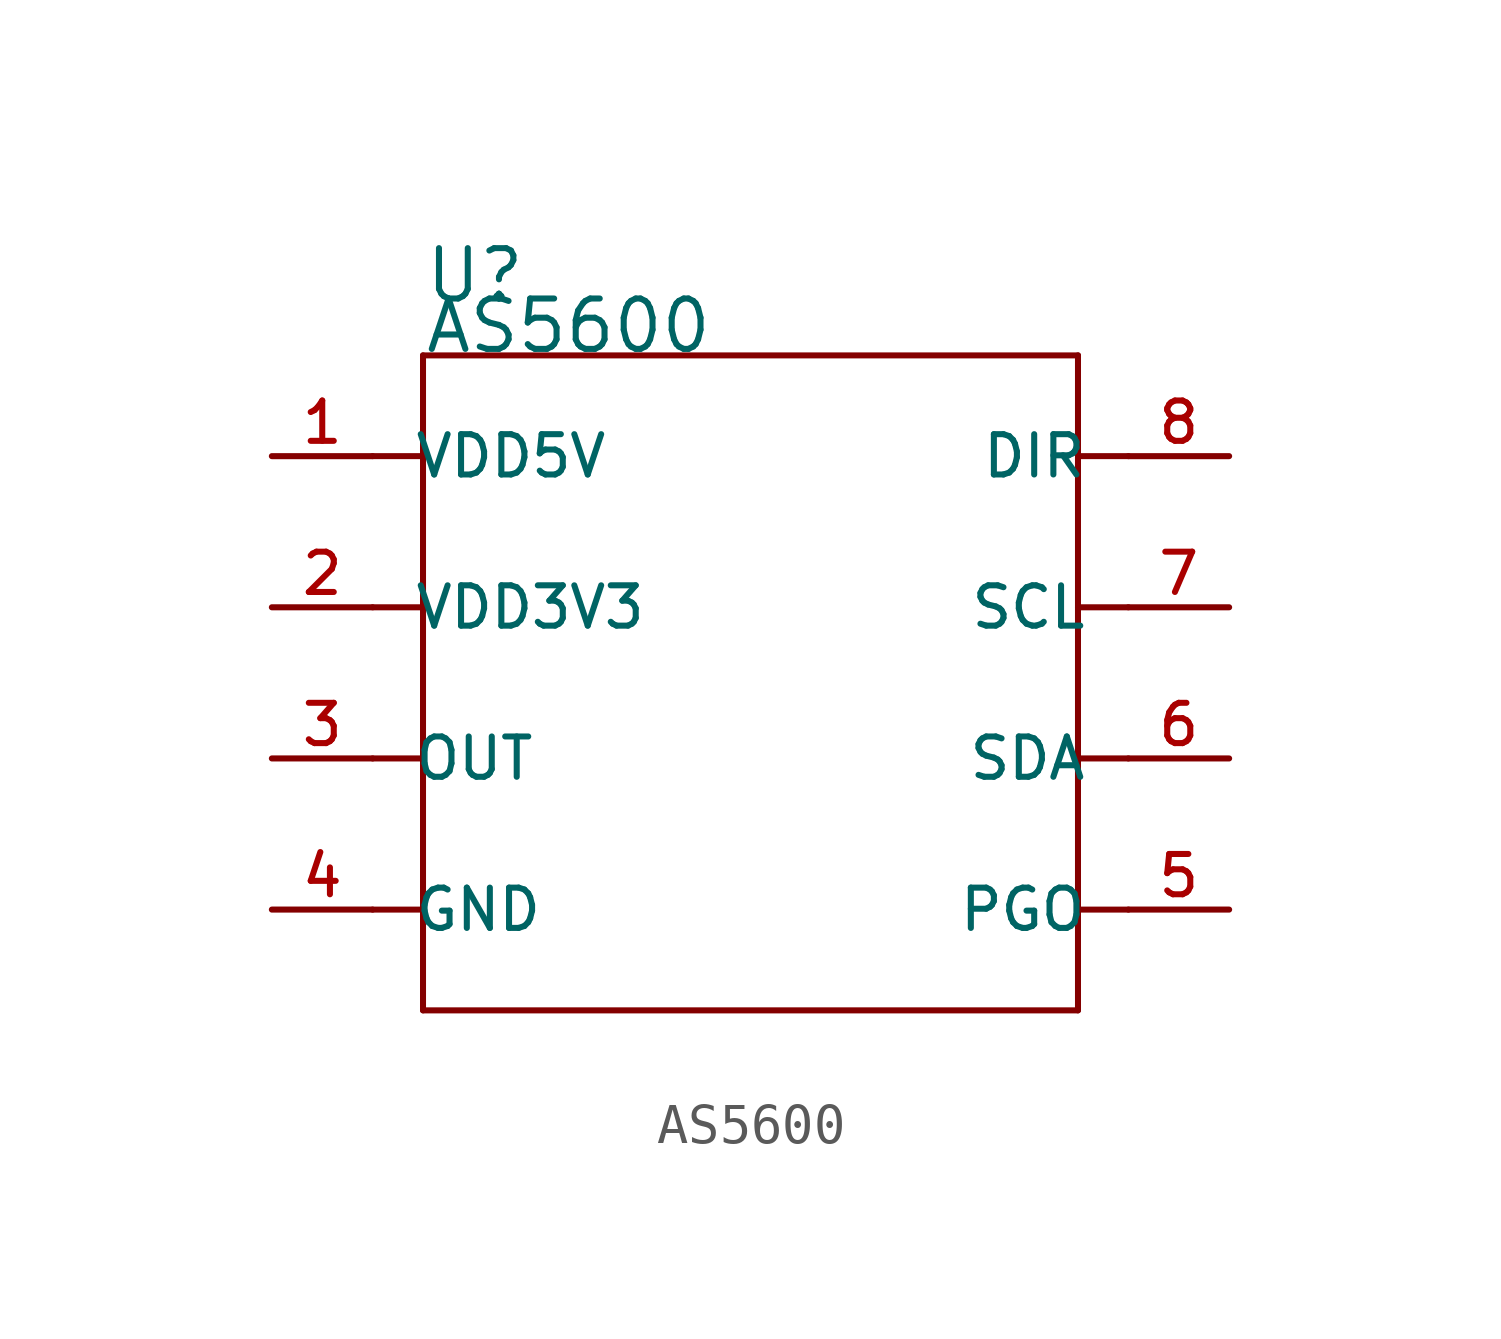
<source format=kicad_sym>
(kicad_symbol_lib
  (version 20211014)
  (generator kicad_symbol_editor)
  (symbol "AS5600"
    (pin_names
      (offset 1.016))
    (property "Reference" "U"
      (at -7.62 10.16 0)
      (effects (font (size 1.27 1.27)) (justify bottom left)))
    (property "Value" "AS5600"
      (at -7.62 8.89 0)
      (effects (font (size 1.27 1.27)) (justify bottom left)))
    (symbol "AS5600_0_0"
      (polyline (pts (xy -7.62 8.89) (xy 8.89 8.89)) (stroke (width 0.152)))
      (polyline (pts (xy 8.89 8.89) (xy 8.89 6.35)) (stroke (width 0.152)))
      (polyline (pts (xy 8.89 6.35) (xy 8.89 2.54)) (stroke (width 0.152)))
      (polyline (pts (xy 8.89 2.54) (xy 8.89 -1.27)) (stroke (width 0.152)))
      (polyline (pts (xy 8.89 -1.27) (xy 8.89 -5.08)) (stroke (width 0.152)))
      (polyline (pts (xy 8.89 -5.08) (xy 8.89 -7.62)) (stroke (width 0.152)))
      (polyline (pts (xy 8.89 -7.62) (xy -7.62 -7.62)) (stroke (width 0.152)))
      (polyline (pts (xy -7.62 -7.62) (xy -7.62 -5.08)) (stroke (width 0.152)))
      (polyline (pts (xy -7.62 -5.08) (xy -7.62 -1.27)) (stroke (width 0.152)))
      (polyline (pts (xy -7.62 -1.27) (xy -7.62 2.54)) (stroke (width 0.152)))
      (polyline (pts (xy -7.62 2.54) (xy -7.62 6.35)) (stroke (width 0.152)))
      (polyline (pts (xy -7.62 6.35) (xy -7.62 8.89)) (stroke (width 0.152)))
      (polyline (pts (xy -7.62 6.35) (xy -8.89 6.35)) (stroke (width 0.152)))
      (polyline (pts (xy -7.62 2.54) (xy -8.89 2.54)) (stroke (width 0.152)))
      (polyline (pts (xy -7.62 -1.27) (xy -8.89 -1.27)) (stroke (width 0.152)))
      (polyline (pts (xy -7.62 -5.08) (xy -8.89 -5.08)) (stroke (width 0.152)))
      (polyline (pts (xy 10.16 -5.08) (xy 8.89 -5.08)) (stroke (width 0.152)))
      (polyline (pts (xy 10.16 -1.27) (xy 8.89 -1.27)) (stroke (width 0.152)))
      (polyline (pts (xy 10.16 2.54) (xy 8.89 2.54)) (stroke (width 0.152)))
      (polyline (pts (xy 10.16 6.35) (xy 8.89 6.35)) (stroke (width 0.152)))
      (pin bidirectional line (at 12.7 6.35 180.0) (length 2.54) (name "DIR" (effects (font (size 1.016 1.016)))) (number "8" (effects (font (size 1.016 1.016)))))
      (pin bidirectional line (at -11.43 -5.08 0) (length 2.54) (name "GND" (effects (font (size 1.016 1.016)))) (number "4" (effects (font (size 1.016 1.016)))))
      (pin bidirectional line (at -11.43 -1.27 0) (length 2.54) (name "OUT" (effects (font (size 1.016 1.016)))) (number "3" (effects (font (size 1.016 1.016)))))
      (pin bidirectional line (at 12.7 -5.08 180.0) (length 2.54) (name "PGO" (effects (font (size 1.016 1.016)))) (number "5" (effects (font (size 1.016 1.016)))))
      (pin bidirectional line (at 12.7 2.54 180.0) (length 2.54) (name "SCL" (effects (font (size 1.016 1.016)))) (number "7" (effects (font (size 1.016 1.016)))))
      (pin bidirectional line (at 12.7 -1.27 180.0) (length 2.54) (name "SDA" (effects (font (size 1.016 1.016)))) (number "6" (effects (font (size 1.016 1.016)))))
      (pin bidirectional line (at -11.43 2.54 0) (length 2.54) (name "VDD3V3" (effects (font (size 1.016 1.016)))) (number "2" (effects (font (size 1.016 1.016)))))
      (pin bidirectional line (at -11.43 6.35 0) (length 2.54) (name "VDD5V" (effects (font (size 1.016 1.016)))) (number "1" (effects (font (size 1.016 1.016))))))))
</source>
